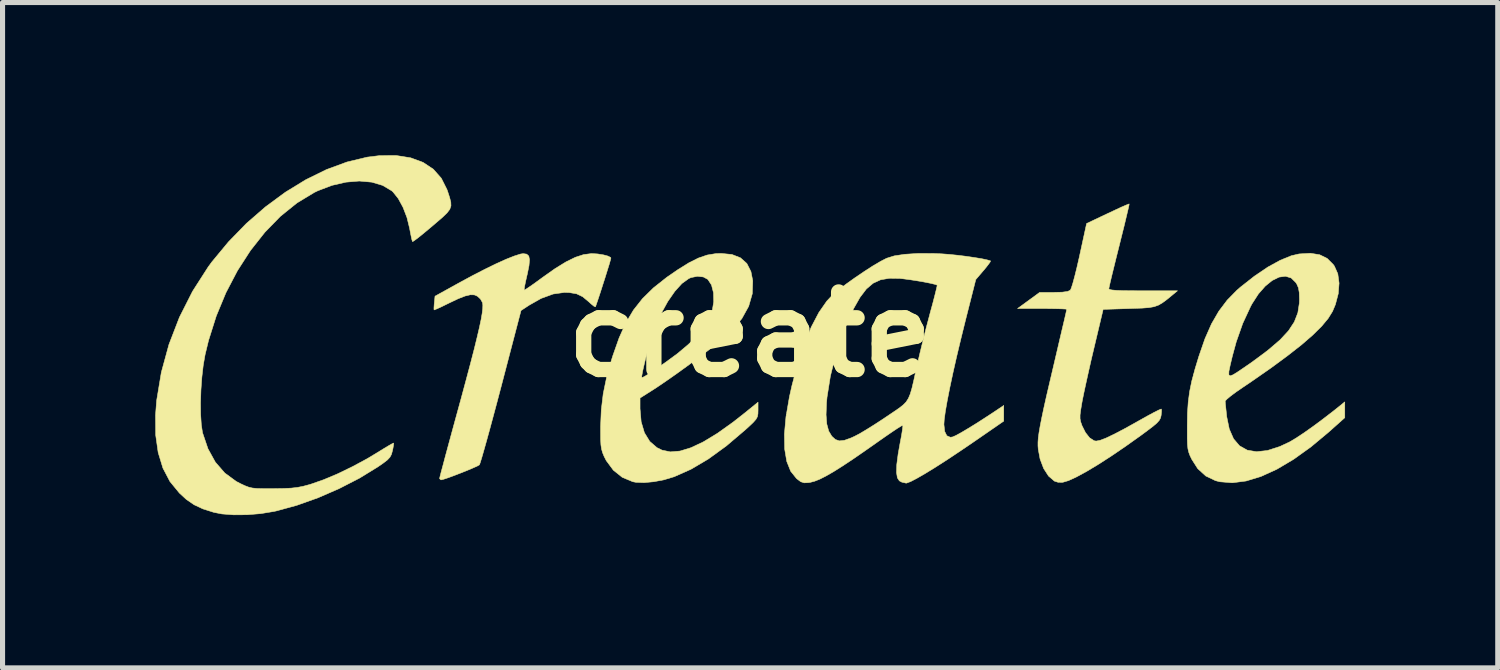
<source format=kicad_pcb>
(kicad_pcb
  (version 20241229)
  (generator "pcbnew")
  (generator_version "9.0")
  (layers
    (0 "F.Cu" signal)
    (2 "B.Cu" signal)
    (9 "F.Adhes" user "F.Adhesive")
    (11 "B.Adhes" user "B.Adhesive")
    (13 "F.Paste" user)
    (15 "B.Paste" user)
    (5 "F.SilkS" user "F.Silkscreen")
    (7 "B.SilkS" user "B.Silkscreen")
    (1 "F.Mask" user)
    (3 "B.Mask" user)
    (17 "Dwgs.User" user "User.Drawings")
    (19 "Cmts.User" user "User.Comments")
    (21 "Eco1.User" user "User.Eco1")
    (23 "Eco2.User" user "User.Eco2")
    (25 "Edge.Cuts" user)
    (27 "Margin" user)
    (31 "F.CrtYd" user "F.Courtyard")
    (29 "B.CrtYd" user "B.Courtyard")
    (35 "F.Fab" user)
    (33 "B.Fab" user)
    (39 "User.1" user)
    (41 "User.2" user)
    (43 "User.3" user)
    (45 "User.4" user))
  (footprint "create"
    (layer "F.Cu")
    (at 11.681 3.519)
    (property "Reference" "create" (at 0 0 0) (layer "F.SilkS") (effects (font (size 1.524 1.524) (thickness 0.3))))
    (attr through_hole)
    (fp_poly (pts (xy -2.992 -1.581) (xy -2.879 -1.563) (xy -2.789 -1.539) (xy -2.737 -1.512) (xy -2.731 -1.5) (xy -2.74 -1.463) (xy -2.764 -1.378) (xy -2.801 -1.26) (xy -2.844 -1.121) (xy -2.892 -0.972) (xy -2.938 -0.828) (xy -2.98 -0.701) (xy -3.013 -0.604) (xy -3.032 -0.549) (xy -3.036 -0.542) (xy -3.064 -0.554) (xy -3.121 -0.6) (xy -3.168 -0.643) (xy -3.286 -0.741) (xy -3.405 -0.798) (xy -3.548 -0.822) (xy -3.645 -0.825) (xy -3.865 -0.794) (xy -4.103 -0.707) (xy -4.336 -0.575) (xy -4.497 -0.469) (xy -4.888 1.027) (xy -4.967 1.326) (xy -5.042 1.606) (xy -5.111 1.862) (xy -5.173 2.087) (xy -5.226 2.275) (xy -5.268 2.421) (xy -5.298 2.518) (xy -5.314 2.561) (xy -5.315 2.562) (xy -5.355 2.585) (xy -5.44 2.623) (xy -5.555 2.672) (xy -5.686 2.724) (xy -5.818 2.775) (xy -5.935 2.818) (xy -6.024 2.847) (xy -6.069 2.857) (xy -6.096 2.834) (xy -6.096 2.828) (xy -6.088 2.792) (xy -6.065 2.701) (xy -6.028 2.564) (xy -5.981 2.386) (xy -5.924 2.176) (xy -5.86 1.94) (xy -5.797 1.709) (xy -5.677 1.272) (xy -5.575 0.893) (xy -5.488 0.566) (xy -5.416 0.288) (xy -5.359 0.055) (xy -5.314 -0.137) (xy -5.281 -0.292) (xy -5.26 -0.415) (xy -5.249 -0.508) (xy -5.247 -0.577) (xy -5.253 -0.624) (xy -5.293 -0.695) (xy -5.352 -0.75) (xy -5.414 -0.777) (xy -5.492 -0.779) (xy -5.594 -0.755) (xy -5.73 -0.702) (xy -5.909 -0.617) (xy -5.948 -0.598) (xy -6.06 -0.543) (xy -6.148 -0.503) (xy -6.198 -0.483) (xy -6.205 -0.482) (xy -6.207 -0.517) (xy -6.202 -0.592) (xy -6.199 -0.622) (xy -6.186 -0.751) (xy -5.72 -1.009) (xy -5.458 -1.151) (xy -5.211 -1.278) (xy -4.986 -1.388) (xy -4.789 -1.477) (xy -4.627 -1.541) (xy -4.508 -1.579) (xy -4.454 -1.587) (xy -4.385 -1.577) (xy -4.344 -1.539) (xy -4.33 -1.467) (xy -4.34 -1.352) (xy -4.373 -1.187) (xy -4.38 -1.159) (xy -4.408 -1.035) (xy -4.428 -0.936) (xy -4.436 -0.878) (xy -4.436 -0.869) (xy -4.408 -0.883) (xy -4.339 -0.929) (xy -4.238 -0.999) (xy -4.116 -1.088) (xy -4.078 -1.116) (xy -3.829 -1.292) (xy -3.615 -1.424) (xy -3.43 -1.515) (xy -3.268 -1.568) (xy -3.122 -1.587) (xy -3.109 -1.588) (xy -2.992 -1.581)) (stroke (width 0.01) (type solid)) (fill yes) (layer "F.SilkS"))
    (fp_poly (pts (xy 11.191 -1.565) (xy 11.338 -1.493) (xy 11.458 -1.373) (xy 11.481 -1.34) (xy 11.547 -1.191) (xy 11.572 -1.007) (xy 11.556 -0.801) (xy 11.5 -0.588) (xy 11.443 -0.452) (xy 11.358 -0.315) (xy 11.229 -0.16) (xy 11.054 0.013) (xy 10.83 0.207) (xy 10.555 0.422) (xy 10.229 0.662) (xy 9.848 0.927) (xy 9.676 1.043) (xy 9.548 1.131) (xy 9.442 1.21) (xy 9.368 1.272) (xy 9.335 1.308) (xy 9.335 1.31) (xy 9.338 1.358) (xy 9.348 1.452) (xy 9.361 1.573) (xy 9.365 1.615) (xy 9.415 1.858) (xy 9.499 2.05) (xy 9.617 2.188) (xy 9.768 2.273) (xy 9.951 2.304) (xy 10.165 2.28) (xy 10.408 2.202) (xy 10.602 2.111) (xy 10.721 2.04) (xy 10.879 1.936) (xy 11.063 1.806) (xy 11.262 1.658) (xy 11.467 1.5) (xy 11.581 1.409) (xy 11.684 1.325) (xy 11.684 1.636) (xy 11.369 1.917) (xy 11.018 2.21) (xy 10.677 2.454) (xy 10.35 2.648) (xy 10.038 2.79) (xy 9.746 2.879) (xy 9.475 2.914) (xy 9.229 2.894) (xy 9.144 2.872) (xy 8.954 2.781) (xy 8.795 2.636) (xy 8.678 2.452) (xy 8.643 2.379) (xy 8.619 2.314) (xy 8.603 2.246) (xy 8.594 2.159) (xy 8.59 2.041) (xy 8.59 1.878) (xy 8.59 1.794) (xy 8.594 1.546) (xy 8.609 1.329) (xy 8.636 1.124) (xy 8.679 0.914) (xy 8.712 0.793) (xy 9.406 0.793) (xy 9.431 0.814) (xy 9.487 0.794) (xy 9.578 0.738) (xy 9.677 0.671) (xy 9.83 0.566) (xy 9.996 0.445) (xy 10.148 0.331) (xy 10.196 0.293) (xy 10.415 0.105) (xy 10.579 -0.072) (xy 10.693 -0.246) (xy 10.762 -0.424) (xy 10.792 -0.617) (xy 10.794 -0.686) (xy 10.79 -0.82) (xy 10.774 -0.915) (xy 10.741 -0.99) (xy 10.722 -1.019) (xy 10.631 -1.109) (xy 10.52 -1.143) (xy 10.394 -1.126) (xy 10.259 -1.06) (xy 10.122 -0.949) (xy 9.987 -0.795) (xy 9.862 -0.601) (xy 9.836 -0.553) (xy 9.68 -0.217) (xy 9.552 0.146) (xy 9.475 0.429) (xy 9.433 0.605) (xy 9.408 0.725) (xy 9.406 0.793) (xy 8.712 0.793) (xy 8.742 0.68) (xy 8.817 0.433) (xy 8.937 0.086) (xy 9.066 -0.207) (xy 9.21 -0.456) (xy 9.374 -0.673) (xy 9.565 -0.868) (xy 9.635 -0.929) (xy 9.911 -1.146) (xy 10.173 -1.323) (xy 10.417 -1.457) (xy 10.635 -1.546) (xy 10.787 -1.581) (xy 11.01 -1.594) (xy 11.191 -1.565)) (stroke (width 0.01) (type solid)) (fill yes) (layer "F.SilkS"))
    (fp_poly (pts (xy -0.353 -1.57) (xy -0.185 -1.504) (xy -0.061 -1.393) (xy 0.019 -1.236) (xy 0.055 -1.053) (xy 0.046 -0.8) (xy -0.025 -0.553) (xy -0.159 -0.311) (xy -0.357 -0.075) (xy -0.429 -0.004) (xy -0.528 0.082) (xy -0.669 0.196) (xy -0.842 0.33) (xy -1.036 0.476) (xy -1.241 0.627) (xy -1.446 0.775) (xy -1.642 0.912) (xy -1.817 1.031) (xy -1.92 1.098) (xy -2.159 1.249) (xy -2.159 1.46) (xy -2.137 1.716) (xy -2.073 1.931) (xy -1.968 2.102) (xy -1.825 2.225) (xy -1.727 2.273) (xy -1.563 2.307) (xy -1.374 2.291) (xy -1.158 2.225) (xy -0.913 2.109) (xy -0.638 1.942) (xy -0.331 1.723) (xy -0.087 1.531) (xy 0.159 1.331) (xy 0.159 1.489) (xy 0.157 1.56) (xy 0.147 1.614) (xy 0.12 1.665) (xy 0.068 1.725) (xy -0.018 1.807) (xy -0.094 1.876) (xy -0.465 2.191) (xy -0.819 2.448) (xy -1.16 2.649) (xy -1.491 2.796) (xy -1.499 2.798) (xy -1.688 2.855) (xy -1.888 2.893) (xy -2.079 2.911) (xy -2.24 2.905) (xy -2.302 2.893) (xy -2.508 2.807) (xy -2.683 2.667) (xy -2.823 2.478) (xy -2.864 2.397) (xy -2.894 2.325) (xy -2.914 2.255) (xy -2.927 2.172) (xy -2.933 2.062) (xy -2.934 1.909) (xy -2.934 1.81) (xy -2.92 1.482) (xy -2.882 1.165) (xy -2.815 0.84) (xy -2.814 0.837) (xy -2.127 0.837) (xy -2.121 0.846) (xy -2.099 0.84) (xy -2.053 0.815) (xy -1.978 0.768) (xy -1.867 0.692) (xy -1.712 0.586) (xy -1.653 0.545) (xy -1.423 0.376) (xy -1.216 0.202) (xy -1.04 0.034) (xy -0.903 -0.123) (xy -0.815 -0.258) (xy -0.812 -0.265) (xy -0.743 -0.451) (xy -0.712 -0.64) (xy -0.716 -0.818) (xy -0.755 -0.971) (xy -0.827 -1.081) (xy -0.915 -1.129) (xy -1.033 -1.142) (xy -1.157 -1.117) (xy -1.201 -1.098) (xy -1.337 -1) (xy -1.476 -0.846) (xy -1.614 -0.647) (xy -1.745 -0.409) (xy -1.863 -0.141) (xy -1.919 0.012) (xy -1.956 0.128) (xy -1.997 0.272) (xy -2.038 0.427) (xy -2.075 0.578) (xy -2.105 0.709) (xy -2.123 0.805) (xy -2.127 0.837) (xy -2.814 0.837) (xy -2.715 0.486) (xy -2.693 0.417) (xy -2.571 0.071) (xy -2.44 -0.223) (xy -2.289 -0.477) (xy -2.111 -0.703) (xy -1.896 -0.914) (xy -1.635 -1.121) (xy -1.416 -1.272) (xy -1.199 -1.407) (xy -1.013 -1.5) (xy -0.842 -1.559) (xy -0.673 -1.587) (xy -0.566 -1.591) (xy -0.353 -1.57)) (stroke (width 0.01) (type solid)) (fill yes) (layer "F.SilkS"))
    (fp_poly (pts (xy 7.444 -2.531) (xy 7.425 -2.446) (xy 7.394 -2.316) (xy 7.354 -2.148) (xy 7.305 -1.952) (xy 7.254 -1.746) (xy 7.199 -1.527) (xy 7.15 -1.328) (xy 7.108 -1.157) (xy 7.076 -1.022) (xy 7.056 -0.932) (xy 7.049 -0.897) (xy 7.064 -0.883) (xy 7.111 -0.873) (xy 7.199 -0.865) (xy 7.332 -0.86) (xy 7.517 -0.858) (xy 7.723 -0.857) (xy 8.398 -0.857) (xy 8.303 -0.779) (xy 8.191 -0.687) (xy 8.102 -0.621) (xy 8.023 -0.575) (xy 7.939 -0.545) (xy 7.838 -0.527) (xy 7.706 -0.517) (xy 7.529 -0.511) (xy 7.448 -0.508) (xy 6.938 -0.492) (xy 6.757 0.27) (xy 6.702 0.502) (xy 6.65 0.733) (xy 6.602 0.949) (xy 6.561 1.138) (xy 6.531 1.285) (xy 6.521 1.339) (xy 6.497 1.483) (xy 6.484 1.583) (xy 6.484 1.654) (xy 6.496 1.716) (xy 6.52 1.785) (xy 6.521 1.789) (xy 6.59 1.927) (xy 6.672 2.031) (xy 6.759 2.088) (xy 6.801 2.095) (xy 6.878 2.08) (xy 6.998 2.034) (xy 7.163 1.955) (xy 7.376 1.843) (xy 7.639 1.696) (xy 7.664 1.682) (xy 7.807 1.602) (xy 7.929 1.536) (xy 8.022 1.489) (xy 8.073 1.467) (xy 8.081 1.466) (xy 8.085 1.503) (xy 8.078 1.577) (xy 8.076 1.594) (xy 8.064 1.643) (xy 8.039 1.689) (xy 7.993 1.74) (xy 7.917 1.805) (xy 7.804 1.891) (xy 7.688 1.977) (xy 7.386 2.192) (xy 7.103 2.385) (xy 6.844 2.552) (xy 6.613 2.691) (xy 6.416 2.798) (xy 6.258 2.871) (xy 6.144 2.905) (xy 6.144 2.906) (xy 6.051 2.904) (xy 5.98 2.881) (xy 5.865 2.782) (xy 5.769 2.633) (xy 5.699 2.448) (xy 5.663 2.255) (xy 5.658 2.189) (xy 5.658 2.117) (xy 5.664 2.032) (xy 5.678 1.929) (xy 5.7 1.801) (xy 5.731 1.643) (xy 5.772 1.448) (xy 5.825 1.211) (xy 5.892 0.924) (xy 5.972 0.584) (xy 5.985 0.528) (xy 6.042 0.285) (xy 6.094 0.062) (xy 6.14 -0.134) (xy 6.178 -0.294) (xy 6.205 -0.412) (xy 6.22 -0.481) (xy 6.223 -0.495) (xy 6.193 -0.499) (xy 6.111 -0.503) (xy 5.986 -0.506) (xy 5.831 -0.508) (xy 5.739 -0.508) (xy 5.256 -0.508) (xy 5.691 -0.826) (xy 5.971 -0.826) (xy 6.134 -0.83) (xy 6.24 -0.844) (xy 6.293 -0.869) (xy 6.313 -0.912) (xy 6.343 -1.007) (xy 6.38 -1.144) (xy 6.422 -1.313) (xy 6.466 -1.504) (xy 6.475 -1.545) (xy 6.613 -2.179) (xy 7.027 -2.375) (xy 7.174 -2.444) (xy 7.299 -2.502) (xy 7.392 -2.542) (xy 7.443 -2.562) (xy 7.449 -2.563) (xy 7.444 -2.531)) (stroke (width 0.01) (type solid)) (fill yes) (layer "F.SilkS"))
    (fp_poly (pts (xy -6.664 -3.469) (xy -6.42 -3.379) (xy -6.219 -3.245) (xy -6.062 -3.067) (xy -5.952 -2.848) (xy -5.94 -2.815) (xy -5.9 -2.692) (xy -5.876 -2.599) (xy -5.873 -2.525) (xy -5.896 -2.458) (xy -5.949 -2.388) (xy -6.038 -2.302) (xy -6.167 -2.191) (xy -6.236 -2.132) (xy -6.366 -2.023) (xy -6.478 -1.931) (xy -6.565 -1.864) (xy -6.617 -1.828) (xy -6.628 -1.823) (xy -6.64 -1.859) (xy -6.658 -1.942) (xy -6.68 -2.054) (xy -6.685 -2.083) (xy -6.737 -2.295) (xy -6.814 -2.496) (xy -6.908 -2.669) (xy -7.011 -2.798) (xy -7.036 -2.821) (xy -7.214 -2.927) (xy -7.429 -2.991) (xy -7.673 -3.013) (xy -7.936 -2.991) (xy -8.21 -2.928) (xy -8.486 -2.823) (xy -8.557 -2.789) (xy -8.897 -2.583) (xy -9.222 -2.321) (xy -9.528 -2.007) (xy -9.811 -1.649) (xy -10.067 -1.252) (xy -10.293 -0.82) (xy -10.483 -0.362) (xy -10.635 0.119) (xy -10.703 0.4) (xy -10.739 0.607) (xy -10.766 0.842) (xy -10.784 1.091) (xy -10.792 1.339) (xy -10.79 1.57) (xy -10.777 1.771) (xy -10.754 1.925) (xy -10.751 1.937) (xy -10.646 2.246) (xy -10.501 2.509) (xy -10.315 2.723) (xy -10.09 2.888) (xy -10.001 2.934) (xy -9.917 2.973) (xy -9.846 3) (xy -9.774 3.017) (xy -9.687 3.026) (xy -9.569 3.029) (xy -9.407 3.029) (xy -9.35 3.029) (xy -9.158 3.026) (xy -9.01 3.019) (xy -8.889 3.005) (xy -8.776 2.983) (xy -8.653 2.95) (xy -8.62 2.94) (xy -8.372 2.853) (xy -8.092 2.735) (xy -7.8 2.593) (xy -7.511 2.437) (xy -7.319 2.321) (xy -7.196 2.245) (xy -7.094 2.184) (xy -7.025 2.145) (xy -6.999 2.134) (xy -7 2.168) (xy -7.013 2.242) (xy -7.023 2.287) (xy -7.042 2.356) (xy -7.071 2.411) (xy -7.121 2.465) (xy -7.203 2.528) (xy -7.313 2.604) (xy -7.672 2.824) (xy -8.069 3.028) (xy -8.485 3.209) (xy -8.901 3.357) (xy -9.3 3.466) (xy -9.35 3.477) (xy -9.61 3.52) (xy -9.879 3.542) (xy -10.139 3.544) (xy -10.372 3.526) (xy -10.53 3.495) (xy -10.745 3.427) (xy -10.918 3.346) (xy -11.071 3.241) (xy -11.208 3.115) (xy -11.393 2.889) (xy -11.531 2.625) (xy -11.624 2.32) (xy -11.673 1.975) (xy -11.676 1.586) (xy -11.654 1.298) (xy -11.562 0.745) (xy -11.412 0.196) (xy -11.206 -0.338) (xy -10.948 -0.848) (xy -10.642 -1.325) (xy -10.568 -1.426) (xy -10.244 -1.817) (xy -9.892 -2.179) (xy -9.517 -2.505) (xy -9.126 -2.793) (xy -8.724 -3.039) (xy -8.319 -3.238) (xy -7.915 -3.387) (xy -7.52 -3.482) (xy -7.269 -3.513) (xy -6.947 -3.514) (xy -6.664 -3.469)) (stroke (width 0.01) (type solid)) (fill yes) (layer "F.SilkS"))
    (fp_poly (pts (xy 3.768 -1.583) (xy 3.915 -1.572) (xy 4.08 -1.555) (xy 4.25 -1.534) (xy 4.412 -1.51) (xy 4.553 -1.487) (xy 4.66 -1.464) (xy 4.721 -1.446) (xy 4.727 -1.442) (xy 4.713 -1.415) (xy 4.667 -1.353) (xy 4.599 -1.268) (xy 4.587 -1.255) (xy 4.436 -1.078) (xy 4.233 -0.277) (xy 4.143 0.088) (xy 4.06 0.435) (xy 3.987 0.757) (xy 3.925 1.048) (xy 3.875 1.302) (xy 3.838 1.513) (xy 3.816 1.674) (xy 3.81 1.768) (xy 3.825 1.905) (xy 3.867 1.99) (xy 3.936 2.02) (xy 3.98 2.014) (xy 4.046 1.985) (xy 4.154 1.926) (xy 4.295 1.842) (xy 4.459 1.741) (xy 4.637 1.626) (xy 4.755 1.549) (xy 4.985 1.395) (xy 4.985 1.703) (xy 4.413 2.098) (xy 4.132 2.289) (xy 3.874 2.461) (xy 3.643 2.609) (xy 3.443 2.732) (xy 3.28 2.826) (xy 3.157 2.89) (xy 3.08 2.919) (xy 3.066 2.921) (xy 2.984 2.902) (xy 2.935 2.876) (xy 2.896 2.817) (xy 2.879 2.712) (xy 2.884 2.557) (xy 2.911 2.348) (xy 2.95 2.129) (xy 2.976 1.992) (xy 2.994 1.881) (xy 3.003 1.807) (xy 3.002 1.785) (xy 2.973 1.798) (xy 2.901 1.842) (xy 2.796 1.912) (xy 2.666 2.001) (xy 2.566 2.071) (xy 2.271 2.278) (xy 2.022 2.45) (xy 1.812 2.589) (xy 1.637 2.699) (xy 1.492 2.782) (xy 1.372 2.843) (xy 1.271 2.883) (xy 1.184 2.906) (xy 1.153 2.911) (xy 1.065 2.915) (xy 0.997 2.893) (xy 0.919 2.834) (xy 0.913 2.828) (xy 0.8 2.687) (xy 0.723 2.494) (xy 0.682 2.251) (xy 0.677 1.958) (xy 0.708 1.615) (xy 0.715 1.577) (xy 1.495 1.577) (xy 1.509 1.759) (xy 1.547 1.899) (xy 1.608 2) (xy 1.678 2.064) (xy 1.756 2.091) (xy 1.856 2.08) (xy 1.989 2.032) (xy 2.058 2) (xy 2.156 1.949) (xy 2.29 1.869) (xy 2.447 1.771) (xy 2.611 1.664) (xy 2.685 1.614) (xy 2.822 1.522) (xy 2.927 1.45) (xy 3.007 1.388) (xy 3.067 1.327) (xy 3.112 1.257) (xy 3.149 1.169) (xy 3.183 1.053) (xy 3.219 0.899) (xy 3.263 0.698) (xy 3.288 0.585) (xy 3.339 0.367) (xy 3.4 0.116) (xy 3.465 -0.141) (xy 3.528 -0.378) (xy 3.543 -0.435) (xy 3.59 -0.607) (xy 3.629 -0.757) (xy 3.658 -0.874) (xy 3.675 -0.947) (xy 3.677 -0.969) (xy 3.637 -0.983) (xy 3.55 -1.004) (xy 3.429 -1.028) (xy 3.291 -1.052) (xy 3.15 -1.074) (xy 3.022 -1.091) (xy 2.944 -1.1) (xy 2.74 -1.103) (xy 2.568 -1.074) (xy 2.42 -1.006) (xy 2.287 -0.893) (xy 2.163 -0.73) (xy 2.039 -0.512) (xy 2.003 -0.439) (xy 1.83 -0.037) (xy 1.687 0.389) (xy 1.58 0.819) (xy 1.514 1.233) (xy 1.504 1.342) (xy 1.495 1.577) (xy 0.715 1.577) (xy 0.776 1.223) (xy 0.826 1) (xy 0.94 0.57) (xy 1.068 0.186) (xy 1.206 -0.149) (xy 1.354 -0.431) (xy 1.51 -0.655) (xy 1.624 -0.777) (xy 1.738 -0.874) (xy 1.888 -0.988) (xy 2.06 -1.111) (xy 2.24 -1.233) (xy 2.413 -1.345) (xy 2.566 -1.435) (xy 2.684 -1.496) (xy 2.684 -1.496) (xy 2.835 -1.543) (xy 3.04 -1.574) (xy 3.292 -1.59) (xy 3.583 -1.591) (xy 3.768 -1.583)) (stroke (width 0.01) (type solid)) (fill yes) (layer "F.SilkS")))
  (gr_rect
    (start -3 -3)
    (end 26.37 10.069)
    (stroke (width 0.1) (type default))
    (fill no)
    (layer "Edge.Cuts")))
</source>
